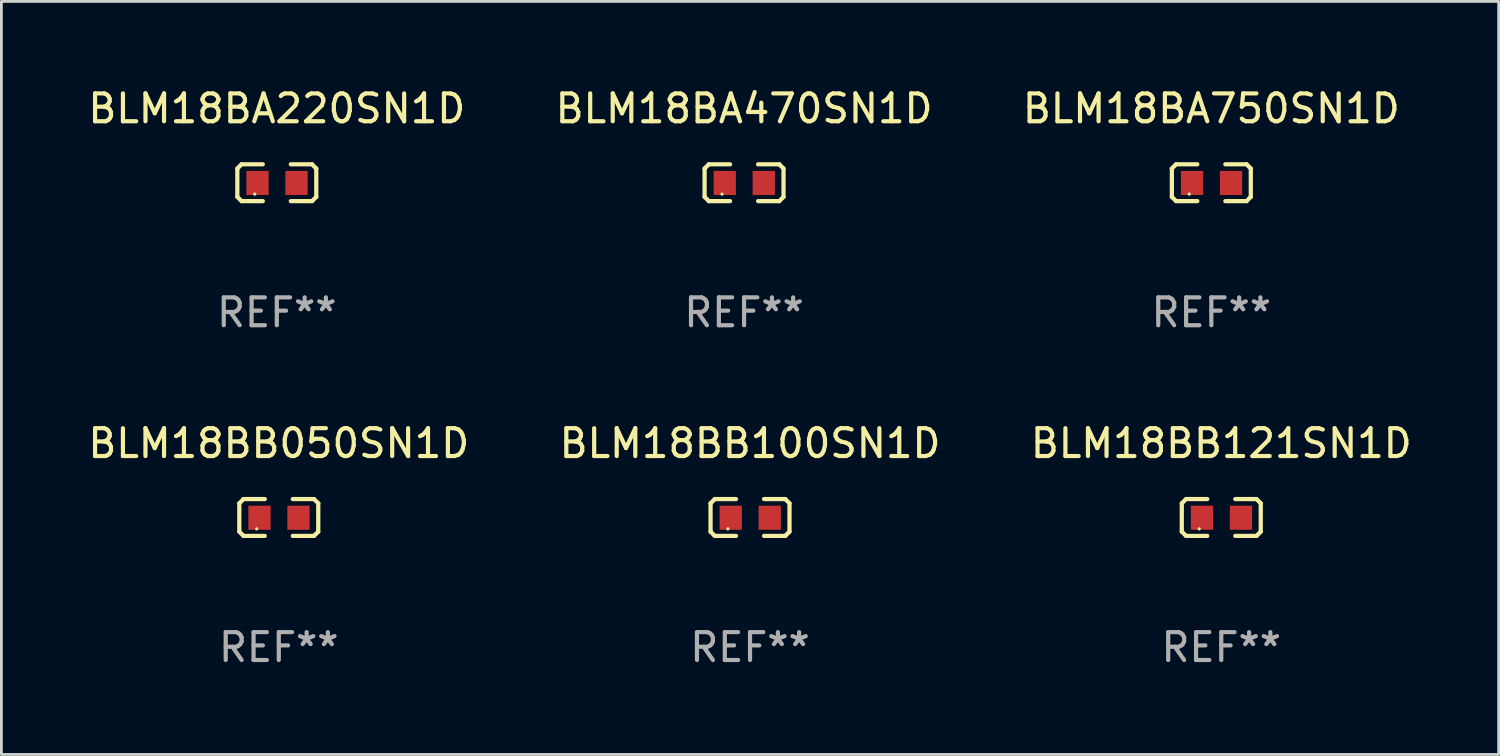
<source format=kicad_pcb>
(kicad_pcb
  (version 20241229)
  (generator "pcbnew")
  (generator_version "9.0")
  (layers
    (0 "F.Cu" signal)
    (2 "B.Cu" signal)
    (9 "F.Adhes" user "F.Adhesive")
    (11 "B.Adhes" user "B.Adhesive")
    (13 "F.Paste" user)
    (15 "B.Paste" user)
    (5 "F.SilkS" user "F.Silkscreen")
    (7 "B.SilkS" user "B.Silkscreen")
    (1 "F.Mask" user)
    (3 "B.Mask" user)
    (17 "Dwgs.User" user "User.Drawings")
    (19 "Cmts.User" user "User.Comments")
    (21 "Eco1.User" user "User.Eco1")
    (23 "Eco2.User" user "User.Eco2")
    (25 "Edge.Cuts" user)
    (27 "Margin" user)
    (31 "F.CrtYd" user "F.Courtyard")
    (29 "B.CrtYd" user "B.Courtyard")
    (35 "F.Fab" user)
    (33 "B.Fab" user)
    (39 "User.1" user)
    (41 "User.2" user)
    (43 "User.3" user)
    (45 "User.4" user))
  (footprint "BLM18BA750SN1D"
    (layer "F.Cu")
    (at 40.435 3.509)
    (property "Reference" "BLM18BA750SN1D" (at 0 -2.661 0) (layer "F.SilkS") (effects (font (size 1 1) (thickness 0.15))))
    (attr through_hole)
    (fp_line (start -1.417 -0.508) (end -1.265 -0.661) (stroke (width 0.152) (type solid)) (layer "F.SilkS"))
    (fp_line (start -1.417 0.508) (end -1.417 -0.508) (stroke (width 0.152) (type solid)) (layer "F.SilkS"))
    (fp_line (start -1.265 -0.661) (end -0.503 -0.661) (stroke (width 0.152) (type solid)) (layer "F.SilkS"))
    (fp_line (start -1.265 0.661) (end -1.417 0.508) (stroke (width 0.152) (type solid)) (layer "F.SilkS"))
    (fp_line (start -1.265 0.661) (end -0.503 0.661) (stroke (width 0.152) (type solid)) (layer "F.SilkS"))
    (fp_line (start 1.265 -0.661) (end 0.503 -0.661) (stroke (width 0.152) (type solid)) (layer "F.SilkS"))
    (fp_line (start 1.265 -0.661) (end 1.417 -0.508) (stroke (width 0.152) (type solid)) (layer "F.SilkS"))
    (fp_line (start 1.265 0.661) (end 0.503 0.661) (stroke (width 0.152) (type solid)) (layer "F.SilkS"))
    (fp_line (start 1.417 -0.508) (end 1.417 0.508) (stroke (width 0.152) (type solid)) (layer "F.SilkS"))
    (fp_line (start 1.417 0.508) (end 1.265 0.661) (stroke (width 0.152) (type solid)) (layer "F.SilkS"))
    (fp_circle (center -0.793 0.409) (end -0.763 0.409) (stroke (width 0.06) (type solid)) (fill no) (layer "F.SilkS"))
    (fp_text user "REF**" (at 0 4.661 0) (layer "F.Fab") (effects (font (size 1 1) (thickness 0.15))))
    (pad "1" smd rect (at -0.693 0.009 180) (size 0.8 0.864) (layers "F.Cu" "F.Mask" "F.Paste"))
    (pad "2" smd rect (at 0.707 0.009 180) (size 0.8 0.864) (layers "F.Cu" "F.Mask" "F.Paste")))
  (footprint "BLM18BB050SN1D"
    (layer "F.Cu")
    (at 6.958 15.527)
    (property "Reference" "BLM18BB050SN1D" (at 0 -2.661 0) (layer "F.SilkS") (effects (font (size 1 1) (thickness 0.15))))
    (attr through_hole)
    (fp_line (start -1.417 -0.508) (end -1.265 -0.661) (stroke (width 0.152) (type solid)) (layer "F.SilkS"))
    (fp_line (start -1.417 0.508) (end -1.417 -0.508) (stroke (width 0.152) (type solid)) (layer "F.SilkS"))
    (fp_line (start -1.265 -0.661) (end -0.503 -0.661) (stroke (width 0.152) (type solid)) (layer "F.SilkS"))
    (fp_line (start -1.265 0.661) (end -1.417 0.508) (stroke (width 0.152) (type solid)) (layer "F.SilkS"))
    (fp_line (start -1.265 0.661) (end -0.503 0.661) (stroke (width 0.152) (type solid)) (layer "F.SilkS"))
    (fp_line (start 1.265 -0.661) (end 0.503 -0.661) (stroke (width 0.152) (type solid)) (layer "F.SilkS"))
    (fp_line (start 1.265 -0.661) (end 1.417 -0.508) (stroke (width 0.152) (type solid)) (layer "F.SilkS"))
    (fp_line (start 1.265 0.661) (end 0.503 0.661) (stroke (width 0.152) (type solid)) (layer "F.SilkS"))
    (fp_line (start 1.417 -0.508) (end 1.417 0.508) (stroke (width 0.152) (type solid)) (layer "F.SilkS"))
    (fp_line (start 1.417 0.508) (end 1.265 0.661) (stroke (width 0.152) (type solid)) (layer "F.SilkS"))
    (fp_circle (center -0.793 0.409) (end -0.763 0.409) (stroke (width 0.06) (type solid)) (fill no) (layer "F.SilkS"))
    (fp_text user "REF**" (at 0 4.661 0) (layer "F.Fab") (effects (font (size 1 1) (thickness 0.15))))
    (pad "1" smd rect (at -0.693 0.009 180) (size 0.8 0.864) (layers "F.Cu" "F.Mask" "F.Paste"))
    (pad "2" smd rect (at 0.707 0.009 180) (size 0.8 0.864) (layers "F.Cu" "F.Mask" "F.Paste")))
  (footprint "BLM18BB121SN1D"
    (layer "F.Cu")
    (at 40.792 15.527)
    (property "Reference" "BLM18BB121SN1D" (at 0 -2.661 0) (layer "F.SilkS") (effects (font (size 1 1) (thickness 0.15))))
    (attr through_hole)
    (fp_line (start -1.417 -0.508) (end -1.265 -0.661) (stroke (width 0.152) (type solid)) (layer "F.SilkS"))
    (fp_line (start -1.417 0.508) (end -1.417 -0.508) (stroke (width 0.152) (type solid)) (layer "F.SilkS"))
    (fp_line (start -1.265 -0.661) (end -0.503 -0.661) (stroke (width 0.152) (type solid)) (layer "F.SilkS"))
    (fp_line (start -1.265 0.661) (end -1.417 0.508) (stroke (width 0.152) (type solid)) (layer "F.SilkS"))
    (fp_line (start -1.265 0.661) (end -0.503 0.661) (stroke (width 0.152) (type solid)) (layer "F.SilkS"))
    (fp_line (start 1.265 -0.661) (end 0.503 -0.661) (stroke (width 0.152) (type solid)) (layer "F.SilkS"))
    (fp_line (start 1.265 -0.661) (end 1.417 -0.508) (stroke (width 0.152) (type solid)) (layer "F.SilkS"))
    (fp_line (start 1.265 0.661) (end 0.503 0.661) (stroke (width 0.152) (type solid)) (layer "F.SilkS"))
    (fp_line (start 1.417 -0.508) (end 1.417 0.508) (stroke (width 0.152) (type solid)) (layer "F.SilkS"))
    (fp_line (start 1.417 0.508) (end 1.265 0.661) (stroke (width 0.152) (type solid)) (layer "F.SilkS"))
    (fp_circle (center -0.793 0.409) (end -0.763 0.409) (stroke (width 0.06) (type solid)) (fill no) (layer "F.SilkS"))
    (fp_text user "REF**" (at 0 4.661 0) (layer "F.Fab") (effects (font (size 1 1) (thickness 0.15))))
    (pad "1" smd rect (at -0.693 0.009 180) (size 0.8 0.864) (layers "F.Cu" "F.Mask" "F.Paste"))
    (pad "2" smd rect (at 0.707 0.009 180) (size 0.8 0.864) (layers "F.Cu" "F.Mask" "F.Paste")))
  (footprint "BLM18BA220SN1D"
    (layer "F.Cu")
    (at 6.887 3.509)
    (property "Reference" "BLM18BA220SN1D" (at 0 -2.661 0) (layer "F.SilkS") (effects (font (size 1 1) (thickness 0.15))))
    (attr through_hole)
    (fp_line (start -1.417 -0.508) (end -1.265 -0.661) (stroke (width 0.152) (type solid)) (layer "F.SilkS"))
    (fp_line (start -1.417 0.508) (end -1.417 -0.508) (stroke (width 0.152) (type solid)) (layer "F.SilkS"))
    (fp_line (start -1.265 -0.661) (end -0.503 -0.661) (stroke (width 0.152) (type solid)) (layer "F.SilkS"))
    (fp_line (start -1.265 0.661) (end -1.417 0.508) (stroke (width 0.152) (type solid)) (layer "F.SilkS"))
    (fp_line (start -1.265 0.661) (end -0.503 0.661) (stroke (width 0.152) (type solid)) (layer "F.SilkS"))
    (fp_line (start 1.265 -0.661) (end 0.503 -0.661) (stroke (width 0.152) (type solid)) (layer "F.SilkS"))
    (fp_line (start 1.265 -0.661) (end 1.417 -0.508) (stroke (width 0.152) (type solid)) (layer "F.SilkS"))
    (fp_line (start 1.265 0.661) (end 0.503 0.661) (stroke (width 0.152) (type solid)) (layer "F.SilkS"))
    (fp_line (start 1.417 -0.508) (end 1.417 0.508) (stroke (width 0.152) (type solid)) (layer "F.SilkS"))
    (fp_line (start 1.417 0.508) (end 1.265 0.661) (stroke (width 0.152) (type solid)) (layer "F.SilkS"))
    (fp_circle (center -0.793 0.409) (end -0.763 0.409) (stroke (width 0.06) (type solid)) (fill no) (layer "F.SilkS"))
    (fp_text user "REF**" (at 0 4.661 0) (layer "F.Fab") (effects (font (size 1 1) (thickness 0.15))))
    (pad "1" smd rect (at -0.693 0.009 180) (size 0.8 0.864) (layers "F.Cu" "F.Mask" "F.Paste"))
    (pad "2" smd rect (at 0.707 0.009 180) (size 0.8 0.864) (layers "F.Cu" "F.Mask" "F.Paste")))
  (footprint "BLM18BA470SN1D"
    (layer "F.Cu")
    (at 23.661 3.509)
    (property "Reference" "BLM18BA470SN1D" (at 0 -2.661 0) (layer "F.SilkS") (effects (font (size 1 1) (thickness 0.15))))
    (attr through_hole)
    (fp_line (start -1.417 -0.508) (end -1.265 -0.661) (stroke (width 0.152) (type solid)) (layer "F.SilkS"))
    (fp_line (start -1.417 0.508) (end -1.417 -0.508) (stroke (width 0.152) (type solid)) (layer "F.SilkS"))
    (fp_line (start -1.265 -0.661) (end -0.503 -0.661) (stroke (width 0.152) (type solid)) (layer "F.SilkS"))
    (fp_line (start -1.265 0.661) (end -1.417 0.508) (stroke (width 0.152) (type solid)) (layer "F.SilkS"))
    (fp_line (start -1.265 0.661) (end -0.503 0.661) (stroke (width 0.152) (type solid)) (layer "F.SilkS"))
    (fp_line (start 1.265 -0.661) (end 0.503 -0.661) (stroke (width 0.152) (type solid)) (layer "F.SilkS"))
    (fp_line (start 1.265 -0.661) (end 1.417 -0.508) (stroke (width 0.152) (type solid)) (layer "F.SilkS"))
    (fp_line (start 1.265 0.661) (end 0.503 0.661) (stroke (width 0.152) (type solid)) (layer "F.SilkS"))
    (fp_line (start 1.417 -0.508) (end 1.417 0.508) (stroke (width 0.152) (type solid)) (layer "F.SilkS"))
    (fp_line (start 1.417 0.508) (end 1.265 0.661) (stroke (width 0.152) (type solid)) (layer "F.SilkS"))
    (fp_circle (center -0.793 0.409) (end -0.763 0.409) (stroke (width 0.06) (type solid)) (fill no) (layer "F.SilkS"))
    (fp_text user "REF**" (at 0 4.661 0) (layer "F.Fab") (effects (font (size 1 1) (thickness 0.15))))
    (pad "1" smd rect (at -0.693 0.009 180) (size 0.8 0.864) (layers "F.Cu" "F.Mask" "F.Paste"))
    (pad "2" smd rect (at 0.707 0.009 180) (size 0.8 0.864) (layers "F.Cu" "F.Mask" "F.Paste")))
  (footprint "BLM18BB100SN1D"
    (layer "F.Cu")
    (at 23.875 15.527)
    (property "Reference" "BLM18BB100SN1D" (at 0 -2.661 0) (layer "F.SilkS") (effects (font (size 1 1) (thickness 0.15))))
    (attr through_hole)
    (fp_line (start -1.417 -0.508) (end -1.265 -0.661) (stroke (width 0.152) (type solid)) (layer "F.SilkS"))
    (fp_line (start -1.417 0.508) (end -1.417 -0.508) (stroke (width 0.152) (type solid)) (layer "F.SilkS"))
    (fp_line (start -1.265 -0.661) (end -0.503 -0.661) (stroke (width 0.152) (type solid)) (layer "F.SilkS"))
    (fp_line (start -1.265 0.661) (end -1.417 0.508) (stroke (width 0.152) (type solid)) (layer "F.SilkS"))
    (fp_line (start -1.265 0.661) (end -0.503 0.661) (stroke (width 0.152) (type solid)) (layer "F.SilkS"))
    (fp_line (start 1.265 -0.661) (end 0.503 -0.661) (stroke (width 0.152) (type solid)) (layer "F.SilkS"))
    (fp_line (start 1.265 -0.661) (end 1.417 -0.508) (stroke (width 0.152) (type solid)) (layer "F.SilkS"))
    (fp_line (start 1.265 0.661) (end 0.503 0.661) (stroke (width 0.152) (type solid)) (layer "F.SilkS"))
    (fp_line (start 1.417 -0.508) (end 1.417 0.508) (stroke (width 0.152) (type solid)) (layer "F.SilkS"))
    (fp_line (start 1.417 0.508) (end 1.265 0.661) (stroke (width 0.152) (type solid)) (layer "F.SilkS"))
    (fp_circle (center -0.793 0.409) (end -0.763 0.409) (stroke (width 0.06) (type solid)) (fill no) (layer "F.SilkS"))
    (fp_text user "REF**" (at 0 4.661 0) (layer "F.Fab") (effects (font (size 1 1) (thickness 0.15))))
    (pad "1" smd rect (at -0.693 0.009 180) (size 0.8 0.864) (layers "F.Cu" "F.Mask" "F.Paste"))
    (pad "2" smd rect (at 0.707 0.009 180) (size 0.8 0.864) (layers "F.Cu" "F.Mask" "F.Paste")))
  (gr_rect
    (start -3 -3)
    (end 50.75 24.035)
    (stroke (width 0.1) (type default))
    (fill no)
    (layer "Edge.Cuts")))
</source>
